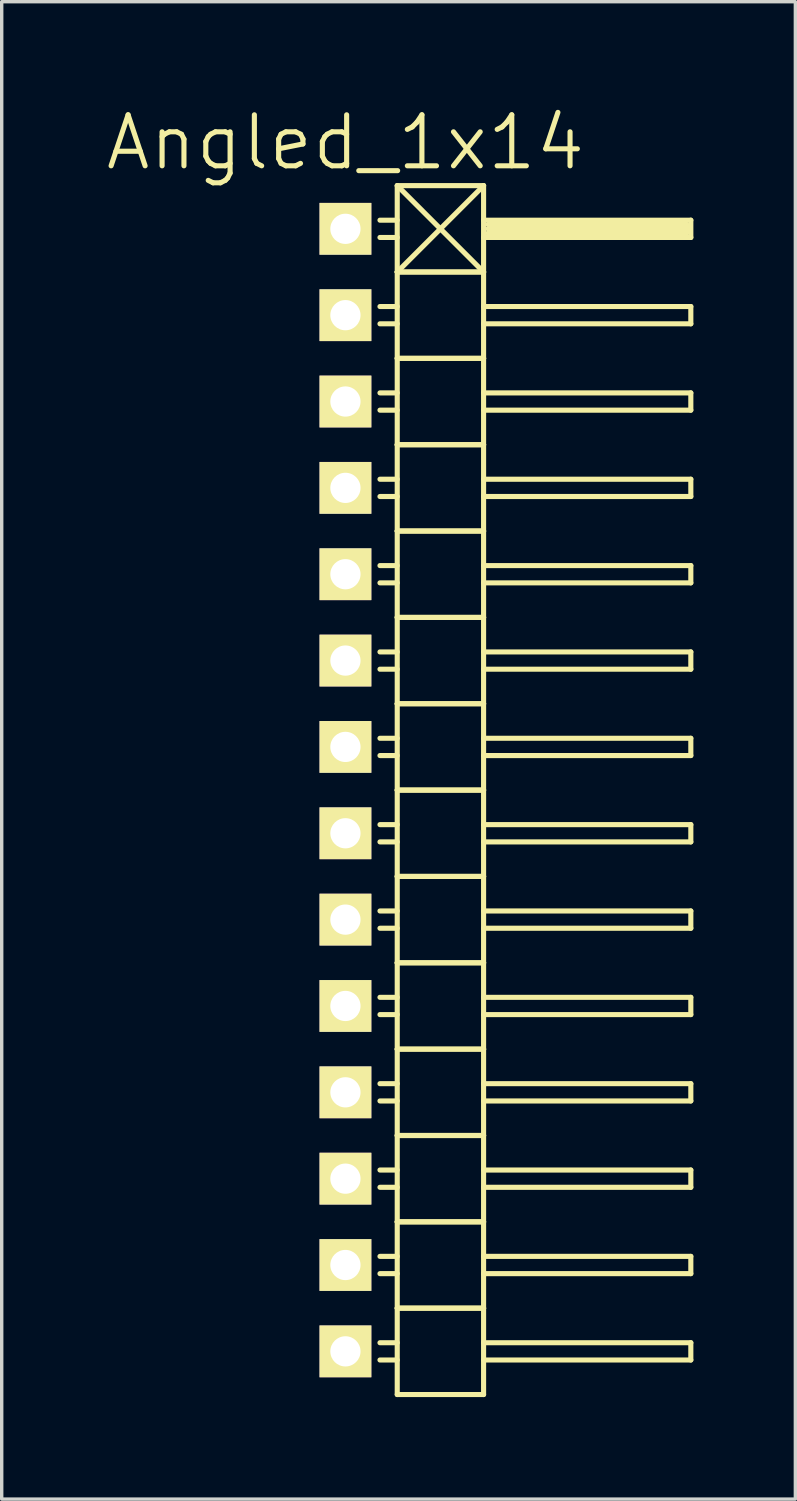
<source format=kicad_pcb>
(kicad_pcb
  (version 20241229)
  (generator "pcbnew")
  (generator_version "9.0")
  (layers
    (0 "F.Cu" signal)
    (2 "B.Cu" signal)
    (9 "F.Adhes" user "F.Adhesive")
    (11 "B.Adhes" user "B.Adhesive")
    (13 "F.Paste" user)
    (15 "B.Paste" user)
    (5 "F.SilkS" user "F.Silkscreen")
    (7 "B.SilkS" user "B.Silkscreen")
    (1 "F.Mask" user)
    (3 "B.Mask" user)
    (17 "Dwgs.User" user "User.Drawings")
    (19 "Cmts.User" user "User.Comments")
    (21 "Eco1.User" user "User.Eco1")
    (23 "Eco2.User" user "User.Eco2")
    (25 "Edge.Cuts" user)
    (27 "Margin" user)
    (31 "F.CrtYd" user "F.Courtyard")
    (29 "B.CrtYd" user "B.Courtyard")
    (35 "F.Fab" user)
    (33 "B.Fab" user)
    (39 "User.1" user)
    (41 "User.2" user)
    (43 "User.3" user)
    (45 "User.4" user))
  (footprint "Angled_1x14"
    (layer "F.Cu")
    (at 7.111 20.191)
    (property "Reference" "Angled_1x14" (at 0 -19.05 0) (layer "F.SilkS") (effects (font (size 1.5 1.5) (thickness 0.15))))
    (attr through_hole)
    (fp_line (start 1.524 -17.78) (end 1.524 -15.24) (stroke (width 0.15) (type solid)) (layer "F.SilkS"))
    (fp_line (start 1.524 -17.78) (end 4.064 -17.78) (stroke (width 0.15) (type solid)) (layer "F.SilkS"))
    (fp_line (start 1.524 -16.764) (end 1.016 -16.764) (stroke (width 0.15) (type solid)) (layer "F.SilkS"))
    (fp_line (start 1.524 -16.256) (end 1.016 -16.256) (stroke (width 0.15) (type solid)) (layer "F.SilkS"))
    (fp_line (start 1.524 -15.24) (end 1.524 -12.7) (stroke (width 0.15) (type solid)) (layer "F.SilkS"))
    (fp_line (start 1.524 -15.24) (end 4.064 -15.24) (stroke (width 0.15) (type solid)) (layer "F.SilkS"))
    (fp_line (start 1.524 -15.24) (end 4.064 -15.24) (stroke (width 0.15) (type solid)) (layer "F.SilkS"))
    (fp_line (start 1.524 -14.224) (end 1.016 -14.224) (stroke (width 0.15) (type solid)) (layer "F.SilkS"))
    (fp_line (start 1.524 -13.716) (end 1.016 -13.716) (stroke (width 0.15) (type solid)) (layer "F.SilkS"))
    (fp_line (start 1.524 -12.7) (end 1.524 -10.16) (stroke (width 0.15) (type solid)) (layer "F.SilkS"))
    (fp_line (start 1.524 -12.7) (end 4.064 -12.7) (stroke (width 0.15) (type solid)) (layer "F.SilkS"))
    (fp_line (start 1.524 -12.7) (end 4.064 -12.7) (stroke (width 0.15) (type solid)) (layer "F.SilkS"))
    (fp_line (start 1.524 -11.684) (end 1.016 -11.684) (stroke (width 0.15) (type solid)) (layer "F.SilkS"))
    (fp_line (start 1.524 -11.176) (end 1.016 -11.176) (stroke (width 0.15) (type solid)) (layer "F.SilkS"))
    (fp_line (start 1.524 -10.16) (end 1.524 -7.62) (stroke (width 0.15) (type solid)) (layer "F.SilkS"))
    (fp_line (start 1.524 -10.16) (end 4.064 -10.16) (stroke (width 0.15) (type solid)) (layer "F.SilkS"))
    (fp_line (start 1.524 -10.16) (end 4.064 -10.16) (stroke (width 0.15) (type solid)) (layer "F.SilkS"))
    (fp_line (start 1.524 -9.144) (end 1.016 -9.144) (stroke (width 0.15) (type solid)) (layer "F.SilkS"))
    (fp_line (start 1.524 -8.636) (end 1.016 -8.636) (stroke (width 0.15) (type solid)) (layer "F.SilkS"))
    (fp_line (start 1.524 -7.62) (end 1.524 -5.08) (stroke (width 0.15) (type solid)) (layer "F.SilkS"))
    (fp_line (start 1.524 -7.62) (end 4.064 -7.62) (stroke (width 0.15) (type solid)) (layer "F.SilkS"))
    (fp_line (start 1.524 -7.62) (end 4.064 -7.62) (stroke (width 0.15) (type solid)) (layer "F.SilkS"))
    (fp_line (start 1.524 -6.604) (end 1.016 -6.604) (stroke (width 0.15) (type solid)) (layer "F.SilkS"))
    (fp_line (start 1.524 -6.096) (end 1.016 -6.096) (stroke (width 0.15) (type solid)) (layer "F.SilkS"))
    (fp_line (start 1.524 -5.08) (end 1.524 -2.54) (stroke (width 0.15) (type solid)) (layer "F.SilkS"))
    (fp_line (start 1.524 -5.08) (end 4.064 -5.08) (stroke (width 0.15) (type solid)) (layer "F.SilkS"))
    (fp_line (start 1.524 -5.08) (end 4.064 -5.08) (stroke (width 0.15) (type solid)) (layer "F.SilkS"))
    (fp_line (start 1.524 -4.064) (end 1.016 -4.064) (stroke (width 0.15) (type solid)) (layer "F.SilkS"))
    (fp_line (start 1.524 -3.556) (end 1.016 -3.556) (stroke (width 0.15) (type solid)) (layer "F.SilkS"))
    (fp_line (start 1.524 -2.54) (end 1.524 0) (stroke (width 0.15) (type solid)) (layer "F.SilkS"))
    (fp_line (start 1.524 -2.54) (end 4.064 -2.54) (stroke (width 0.15) (type solid)) (layer "F.SilkS"))
    (fp_line (start 1.524 -2.54) (end 4.064 -2.54) (stroke (width 0.15) (type solid)) (layer "F.SilkS"))
    (fp_line (start 1.524 -1.524) (end 1.016 -1.524) (stroke (width 0.15) (type solid)) (layer "F.SilkS"))
    (fp_line (start 1.524 -1.016) (end 1.016 -1.016) (stroke (width 0.15) (type solid)) (layer "F.SilkS"))
    (fp_line (start 1.524 0) (end 1.524 2.54) (stroke (width 0.15) (type solid)) (layer "F.SilkS"))
    (fp_line (start 1.524 0) (end 4.064 0) (stroke (width 0.15) (type solid)) (layer "F.SilkS"))
    (fp_line (start 1.524 0) (end 4.064 0) (stroke (width 0.15) (type solid)) (layer "F.SilkS"))
    (fp_line (start 1.524 1.016) (end 1.016 1.016) (stroke (width 0.15) (type solid)) (layer "F.SilkS"))
    (fp_line (start 1.524 1.524) (end 1.016 1.524) (stroke (width 0.15) (type solid)) (layer "F.SilkS"))
    (fp_line (start 1.524 2.54) (end 1.524 5.08) (stroke (width 0.15) (type solid)) (layer "F.SilkS"))
    (fp_line (start 1.524 2.54) (end 4.064 2.54) (stroke (width 0.15) (type solid)) (layer "F.SilkS"))
    (fp_line (start 1.524 2.54) (end 4.064 2.54) (stroke (width 0.15) (type solid)) (layer "F.SilkS"))
    (fp_line (start 1.524 3.556) (end 1.016 3.556) (stroke (width 0.15) (type solid)) (layer "F.SilkS"))
    (fp_line (start 1.524 4.064) (end 1.016 4.064) (stroke (width 0.15) (type solid)) (layer "F.SilkS"))
    (fp_line (start 1.524 5.08) (end 1.524 7.62) (stroke (width 0.15) (type solid)) (layer "F.SilkS"))
    (fp_line (start 1.524 5.08) (end 4.064 5.08) (stroke (width 0.15) (type solid)) (layer "F.SilkS"))
    (fp_line (start 1.524 5.08) (end 4.064 5.08) (stroke (width 0.15) (type solid)) (layer "F.SilkS"))
    (fp_line (start 1.524 6.096) (end 1.016 6.096) (stroke (width 0.15) (type solid)) (layer "F.SilkS"))
    (fp_line (start 1.524 6.604) (end 1.016 6.604) (stroke (width 0.15) (type solid)) (layer "F.SilkS"))
    (fp_line (start 1.524 7.62) (end 1.524 10.16) (stroke (width 0.15) (type solid)) (layer "F.SilkS"))
    (fp_line (start 1.524 7.62) (end 4.064 7.62) (stroke (width 0.15) (type solid)) (layer "F.SilkS"))
    (fp_line (start 1.524 7.62) (end 4.064 7.62) (stroke (width 0.15) (type solid)) (layer "F.SilkS"))
    (fp_line (start 1.524 8.636) (end 1.016 8.636) (stroke (width 0.15) (type solid)) (layer "F.SilkS"))
    (fp_line (start 1.524 9.144) (end 1.016 9.144) (stroke (width 0.15) (type solid)) (layer "F.SilkS"))
    (fp_line (start 1.524 10.16) (end 1.524 12.7) (stroke (width 0.15) (type solid)) (layer "F.SilkS"))
    (fp_line (start 1.524 10.16) (end 4.064 10.16) (stroke (width 0.15) (type solid)) (layer "F.SilkS"))
    (fp_line (start 1.524 10.16) (end 4.064 10.16) (stroke (width 0.15) (type solid)) (layer "F.SilkS"))
    (fp_line (start 1.524 11.176) (end 1.016 11.176) (stroke (width 0.15) (type solid)) (layer "F.SilkS"))
    (fp_line (start 1.524 11.684) (end 1.016 11.684) (stroke (width 0.15) (type solid)) (layer "F.SilkS"))
    (fp_line (start 1.524 12.7) (end 1.524 15.24) (stroke (width 0.15) (type solid)) (layer "F.SilkS"))
    (fp_line (start 1.524 12.7) (end 4.064 12.7) (stroke (width 0.15) (type solid)) (layer "F.SilkS"))
    (fp_line (start 1.524 12.7) (end 4.064 12.7) (stroke (width 0.15) (type solid)) (layer "F.SilkS"))
    (fp_line (start 1.524 13.716) (end 1.016 13.716) (stroke (width 0.15) (type solid)) (layer "F.SilkS"))
    (fp_line (start 1.524 14.224) (end 1.016 14.224) (stroke (width 0.15) (type solid)) (layer "F.SilkS"))
    (fp_line (start 1.524 15.24) (end 1.524 17.78) (stroke (width 0.15) (type solid)) (layer "F.SilkS"))
    (fp_line (start 1.524 15.24) (end 4.064 15.24) (stroke (width 0.15) (type solid)) (layer "F.SilkS"))
    (fp_line (start 1.524 15.24) (end 4.064 15.24) (stroke (width 0.15) (type solid)) (layer "F.SilkS"))
    (fp_line (start 1.524 16.256) (end 1.016 16.256) (stroke (width 0.15) (type solid)) (layer "F.SilkS"))
    (fp_line (start 1.524 16.764) (end 1.016 16.764) (stroke (width 0.15) (type solid)) (layer "F.SilkS"))
    (fp_line (start 1.524 17.78) (end 4.064 17.78) (stroke (width 0.15) (type solid)) (layer "F.SilkS"))
    (fp_line (start 4.064 -17.78) (end 1.524 -15.24) (stroke (width 0.15) (type solid)) (layer "F.SilkS"))
    (fp_line (start 4.064 -16.764) (end 10.16 -16.764) (stroke (width 0.15) (type solid)) (layer "F.SilkS"))
    (fp_line (start 4.064 -15.24) (end 1.524 -17.78) (stroke (width 0.15) (type solid)) (layer "F.SilkS"))
    (fp_line (start 4.064 -15.24) (end 4.064 -17.78) (stroke (width 0.15) (type solid)) (layer "F.SilkS"))
    (fp_line (start 4.064 -14.224) (end 10.16 -14.224) (stroke (width 0.15) (type solid)) (layer "F.SilkS"))
    (fp_line (start 4.064 -12.7) (end 4.064 -15.24) (stroke (width 0.15) (type solid)) (layer "F.SilkS"))
    (fp_line (start 4.064 -11.684) (end 10.16 -11.684) (stroke (width 0.15) (type solid)) (layer "F.SilkS"))
    (fp_line (start 4.064 -10.16) (end 4.064 -12.7) (stroke (width 0.15) (type solid)) (layer "F.SilkS"))
    (fp_line (start 4.064 -9.144) (end 10.16 -9.144) (stroke (width 0.15) (type solid)) (layer "F.SilkS"))
    (fp_line (start 4.064 -7.62) (end 4.064 -10.16) (stroke (width 0.15) (type solid)) (layer "F.SilkS"))
    (fp_line (start 4.064 -6.604) (end 10.16 -6.604) (stroke (width 0.15) (type solid)) (layer "F.SilkS"))
    (fp_line (start 4.064 -5.08) (end 4.064 -7.62) (stroke (width 0.15) (type solid)) (layer "F.SilkS"))
    (fp_line (start 4.064 -4.064) (end 10.16 -4.064) (stroke (width 0.15) (type solid)) (layer "F.SilkS"))
    (fp_line (start 4.064 -2.54) (end 4.064 -5.08) (stroke (width 0.15) (type solid)) (layer "F.SilkS"))
    (fp_line (start 4.064 -1.524) (end 10.16 -1.524) (stroke (width 0.15) (type solid)) (layer "F.SilkS"))
    (fp_line (start 4.064 0) (end 4.064 -2.54) (stroke (width 0.15) (type solid)) (layer "F.SilkS"))
    (fp_line (start 4.064 1.016) (end 10.16 1.016) (stroke (width 0.15) (type solid)) (layer "F.SilkS"))
    (fp_line (start 4.064 2.54) (end 4.064 0) (stroke (width 0.15) (type solid)) (layer "F.SilkS"))
    (fp_line (start 4.064 3.556) (end 10.16 3.556) (stroke (width 0.15) (type solid)) (layer "F.SilkS"))
    (fp_line (start 4.064 5.08) (end 4.064 2.54) (stroke (width 0.15) (type solid)) (layer "F.SilkS"))
    (fp_line (start 4.064 6.096) (end 10.16 6.096) (stroke (width 0.15) (type solid)) (layer "F.SilkS"))
    (fp_line (start 4.064 7.62) (end 4.064 5.08) (stroke (width 0.15) (type solid)) (layer "F.SilkS"))
    (fp_line (start 4.064 8.636) (end 10.16 8.636) (stroke (width 0.15) (type solid)) (layer "F.SilkS"))
    (fp_line (start 4.064 10.16) (end 4.064 7.62) (stroke (width 0.15) (type solid)) (layer "F.SilkS"))
    (fp_line (start 4.064 11.176) (end 10.16 11.176) (stroke (width 0.15) (type solid)) (layer "F.SilkS"))
    (fp_line (start 4.064 12.7) (end 4.064 10.16) (stroke (width 0.15) (type solid)) (layer "F.SilkS"))
    (fp_line (start 4.064 13.716) (end 10.16 13.716) (stroke (width 0.15) (type solid)) (layer "F.SilkS"))
    (fp_line (start 4.064 15.24) (end 4.064 12.7) (stroke (width 0.15) (type solid)) (layer "F.SilkS"))
    (fp_line (start 4.064 16.256) (end 10.16 16.256) (stroke (width 0.15) (type solid)) (layer "F.SilkS"))
    (fp_line (start 4.064 17.78) (end 4.064 15.24) (stroke (width 0.15) (type solid)) (layer "F.SilkS"))
    (fp_line (start 4.191 -16.637) (end 10.033 -16.637) (stroke (width 0.15) (type solid)) (layer "F.SilkS"))
    (fp_line (start 4.191 -16.51) (end 10.033 -16.51) (stroke (width 0.15) (type solid)) (layer "F.SilkS"))
    (fp_line (start 10.033 -16.637) (end 10.033 -16.383) (stroke (width 0.15) (type solid)) (layer "F.SilkS"))
    (fp_line (start 10.033 -16.383) (end 4.191 -16.383) (stroke (width 0.15) (type solid)) (layer "F.SilkS"))
    (fp_line (start 10.16 -16.764) (end 10.16 -16.256) (stroke (width 0.15) (type solid)) (layer "F.SilkS"))
    (fp_line (start 10.16 -16.256) (end 4.064 -16.256) (stroke (width 0.15) (type solid)) (layer "F.SilkS"))
    (fp_line (start 10.16 -14.224) (end 10.16 -13.716) (stroke (width 0.15) (type solid)) (layer "F.SilkS"))
    (fp_line (start 10.16 -13.716) (end 4.064 -13.716) (stroke (width 0.15) (type solid)) (layer "F.SilkS"))
    (fp_line (start 10.16 -11.684) (end 10.16 -11.176) (stroke (width 0.15) (type solid)) (layer "F.SilkS"))
    (fp_line (start 10.16 -11.176) (end 4.064 -11.176) (stroke (width 0.15) (type solid)) (layer "F.SilkS"))
    (fp_line (start 10.16 -9.144) (end 10.16 -8.636) (stroke (width 0.15) (type solid)) (layer "F.SilkS"))
    (fp_line (start 10.16 -8.636) (end 4.064 -8.636) (stroke (width 0.15) (type solid)) (layer "F.SilkS"))
    (fp_line (start 10.16 -6.604) (end 10.16 -6.096) (stroke (width 0.15) (type solid)) (layer "F.SilkS"))
    (fp_line (start 10.16 -6.096) (end 4.064 -6.096) (stroke (width 0.15) (type solid)) (layer "F.SilkS"))
    (fp_line (start 10.16 -4.064) (end 10.16 -3.556) (stroke (width 0.15) (type solid)) (layer "F.SilkS"))
    (fp_line (start 10.16 -3.556) (end 4.064 -3.556) (stroke (width 0.15) (type solid)) (layer "F.SilkS"))
    (fp_line (start 10.16 -1.524) (end 10.16 -1.016) (stroke (width 0.15) (type solid)) (layer "F.SilkS"))
    (fp_line (start 10.16 -1.016) (end 4.064 -1.016) (stroke (width 0.15) (type solid)) (layer "F.SilkS"))
    (fp_line (start 10.16 1.016) (end 10.16 1.524) (stroke (width 0.15) (type solid)) (layer "F.SilkS"))
    (fp_line (start 10.16 1.524) (end 4.064 1.524) (stroke (width 0.15) (type solid)) (layer "F.SilkS"))
    (fp_line (start 10.16 3.556) (end 10.16 4.064) (stroke (width 0.15) (type solid)) (layer "F.SilkS"))
    (fp_line (start 10.16 4.064) (end 4.064 4.064) (stroke (width 0.15) (type solid)) (layer "F.SilkS"))
    (fp_line (start 10.16 6.096) (end 10.16 6.604) (stroke (width 0.15) (type solid)) (layer "F.SilkS"))
    (fp_line (start 10.16 6.604) (end 4.064 6.604) (stroke (width 0.15) (type solid)) (layer "F.SilkS"))
    (fp_line (start 10.16 8.636) (end 10.16 9.144) (stroke (width 0.15) (type solid)) (layer "F.SilkS"))
    (fp_line (start 10.16 9.144) (end 4.064 9.144) (stroke (width 0.15) (type solid)) (layer "F.SilkS"))
    (fp_line (start 10.16 11.176) (end 10.16 11.684) (stroke (width 0.15) (type solid)) (layer "F.SilkS"))
    (fp_line (start 10.16 11.684) (end 4.064 11.684) (stroke (width 0.15) (type solid)) (layer "F.SilkS"))
    (fp_line (start 10.16 13.716) (end 10.16 14.224) (stroke (width 0.15) (type solid)) (layer "F.SilkS"))
    (fp_line (start 10.16 14.224) (end 4.064 14.224) (stroke (width 0.15) (type solid)) (layer "F.SilkS"))
    (fp_line (start 10.16 16.256) (end 10.16 16.764) (stroke (width 0.15) (type solid)) (layer "F.SilkS"))
    (fp_line (start 10.16 16.764) (end 4.064 16.764) (stroke (width 0.15) (type solid)) (layer "F.SilkS"))
    (pad "1" thru_hole rect (at 0 -16.51) (size 1.524 1.524) (drill 0.889) (layers "*.Cu" "*.Mask" "F.SilkS"))
    (pad "2" thru_hole rect (at 0 -13.97) (size 1.524 1.524) (drill 0.889) (layers "*.Cu" "*.Mask" "F.SilkS"))
    (pad "3" thru_hole rect (at 0 -11.43) (size 1.524 1.524) (drill 0.889) (layers "*.Cu" "*.Mask" "F.SilkS"))
    (pad "4" thru_hole rect (at 0 -8.89) (size 1.524 1.524) (drill 0.889) (layers "*.Cu" "*.Mask" "F.SilkS"))
    (pad "5" thru_hole rect (at 0 -6.35) (size 1.524 1.524) (drill 0.889) (layers "*.Cu" "*.Mask" "F.SilkS"))
    (pad "6" thru_hole rect (at 0 -3.81) (size 1.524 1.524) (drill 0.889) (layers "*.Cu" "*.Mask" "F.SilkS"))
    (pad "7" thru_hole rect (at 0 -1.27) (size 1.524 1.524) (drill 0.889) (layers "*.Cu" "*.Mask" "F.SilkS"))
    (pad "8" thru_hole rect (at 0 1.27) (size 1.524 1.524) (drill 0.889) (layers "*.Cu" "*.Mask" "F.SilkS"))
    (pad "9" thru_hole rect (at 0 3.81) (size 1.524 1.524) (drill 0.889) (layers "*.Cu" "*.Mask" "F.SilkS"))
    (pad "10" thru_hole rect (at 0 6.35) (size 1.524 1.524) (drill 0.889) (layers "*.Cu" "*.Mask" "F.SilkS"))
    (pad "11" thru_hole rect (at 0 8.89) (size 1.524 1.524) (drill 0.889) (layers "*.Cu" "*.Mask" "F.SilkS"))
    (pad "12" thru_hole rect (at 0 11.43) (size 1.524 1.524) (drill 0.889) (layers "*.Cu" "*.Mask" "F.SilkS"))
    (pad "13" thru_hole rect (at 0 13.97) (size 1.524 1.524) (drill 0.889) (layers "*.Cu" "*.Mask" "F.SilkS"))
    (pad "14" thru_hole rect (at 0 16.51) (size 1.524 1.524) (drill 0.889) (layers "*.Cu" "*.Mask" "F.SilkS")))
  (gr_rect
    (start -3 -3)
    (end 20.346 41.046)
    (stroke (width 0.1) (type default))
    (fill no)
    (layer "Edge.Cuts")))
</source>
